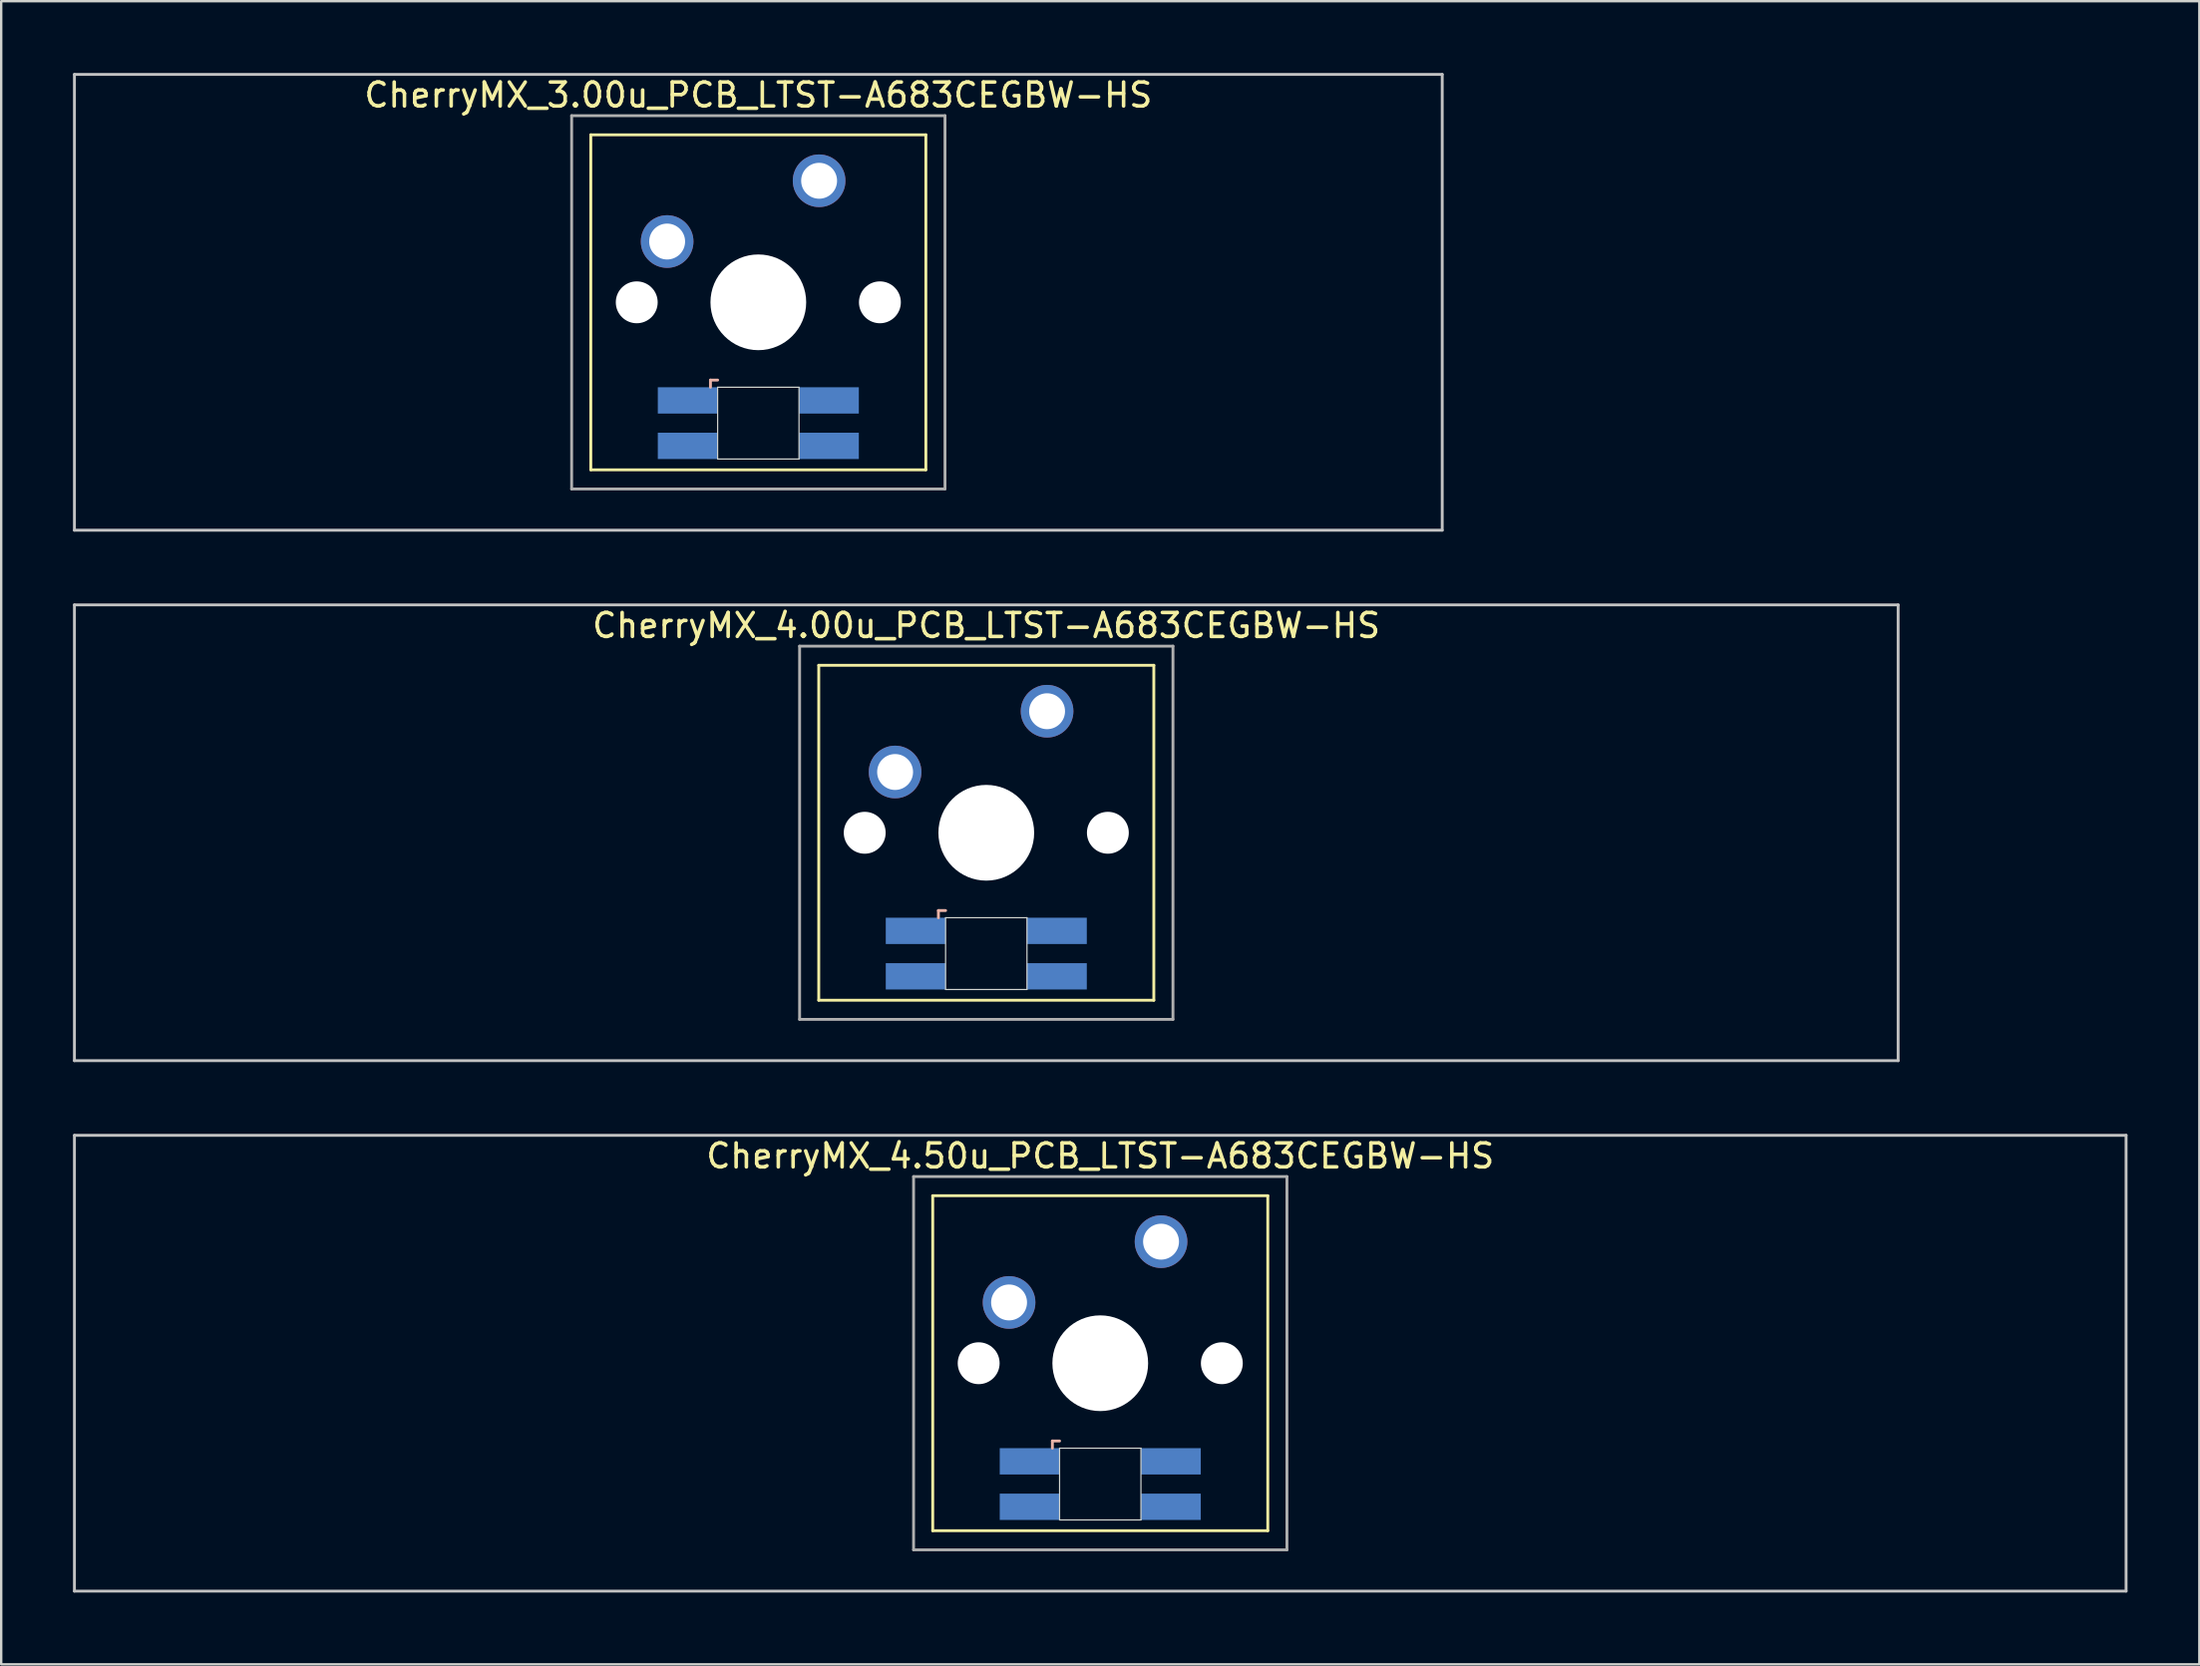
<source format=kicad_pcb>
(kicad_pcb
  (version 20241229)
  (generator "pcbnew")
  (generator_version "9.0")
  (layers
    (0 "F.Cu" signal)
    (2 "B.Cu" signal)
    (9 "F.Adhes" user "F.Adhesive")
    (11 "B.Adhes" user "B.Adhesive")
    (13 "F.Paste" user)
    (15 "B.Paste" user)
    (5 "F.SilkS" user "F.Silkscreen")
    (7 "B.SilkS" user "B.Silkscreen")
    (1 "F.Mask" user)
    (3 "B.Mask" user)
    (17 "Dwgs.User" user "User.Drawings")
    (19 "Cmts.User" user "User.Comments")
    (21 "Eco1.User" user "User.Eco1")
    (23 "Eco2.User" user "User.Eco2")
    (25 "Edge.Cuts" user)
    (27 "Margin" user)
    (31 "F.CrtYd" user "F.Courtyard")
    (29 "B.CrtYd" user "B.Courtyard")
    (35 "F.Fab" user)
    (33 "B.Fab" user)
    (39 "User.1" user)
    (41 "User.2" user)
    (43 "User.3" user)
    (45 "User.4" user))
  (footprint "CherryMX_3.00u_PCB_LTST-A683CEGBW-HS"
    (layer "F.Cu")
    (at 28.635 9.585)
    (property "Reference" "CherryMX_3.00u_PCB_LTST-A683CEGBW-HS" (at 0 -8.662 0) (layer "F.SilkS") (effects (font (size 1 1) (thickness 0.15))))
    (attr through_hole)
    (fp_line (start -7 -7) (end -7 7) (stroke (width 0.12) (type solid)) (layer "F.SilkS"))
    (fp_line (start -7 -7) (end 7 -7) (stroke (width 0.12) (type solid)) (layer "F.SilkS"))
    (fp_line (start 7 -7) (end 7 7) (stroke (width 0.12) (type solid)) (layer "F.SilkS"))
    (fp_line (start 7 7) (end -7 7) (stroke (width 0.12) (type solid)) (layer "F.SilkS"))
    (fp_line (start -2 3.25) (end -2 3.55) (stroke (width 0.12) (type solid)) (layer "B.SilkS"))
    (fp_line (start -1.7 3.25) (end -2 3.25) (stroke (width 0.12) (type solid)) (layer "B.SilkS"))
    (fp_line (start -28.575 -9.525) (end 28.575 -9.525) (stroke (width 0.12) (type solid)) (layer "Dwgs.User"))
    (fp_line (start -28.575 9.525) (end -28.575 -9.525) (stroke (width 0.12) (type solid)) (layer "Dwgs.User"))
    (fp_line (start 28.575 -9.525) (end 28.575 9.525) (stroke (width 0.12) (type solid)) (layer "Dwgs.User"))
    (fp_line (start 28.575 9.525) (end -28.575 9.525) (stroke (width 0.12) (type solid)) (layer "Dwgs.User"))
    (fp_line (start -1.7 3.55) (end 1.7 3.55) (stroke (width 0.05) (type solid)) (layer "Edge.Cuts"))
    (fp_line (start -1.7 6.55) (end -1.7 3.55) (stroke (width 0.05) (type solid)) (layer "Edge.Cuts"))
    (fp_line (start 1.7 3.55) (end 1.7 6.55) (stroke (width 0.05) (type solid)) (layer "Edge.Cuts"))
    (fp_line (start 1.7 6.55) (end -1.7 6.55) (stroke (width 0.05) (type solid)) (layer "Edge.Cuts"))
    (fp_line (start -7.8 -7.8) (end -7.8 7.8) (stroke (width 0.12) (type solid)) (layer "F.Fab"))
    (fp_line (start -7.8 -7.8) (end 7.8 -7.8) (stroke (width 0.12) (type solid)) (layer "F.Fab"))
    (fp_line (start -7.8 7.8) (end 7.8 7.8) (stroke (width 0.12) (type solid)) (layer "F.Fab"))
    (fp_line (start 7.8 -7.8) (end 7.8 7.8) (stroke (width 0.12) (type solid)) (layer "F.Fab"))
    (pad "" np_thru_hole circle (at -5.08 0) (size 1.75 1.75) (drill 1.75) (layers "*.Cu" "*.Mask"))
    (pad "" np_thru_hole circle (at 0 0) (size 4 4) (drill 4) (layers "*.Cu" "*.Mask"))
    (pad "" np_thru_hole circle (at 5.08 0) (size 1.75 1.75) (drill 1.75) (layers "*.Cu" "*.Mask"))
    (pad "1" thru_hole circle (at -3.81 -2.54) (size 2.2 2.2) (drill 1.5) (layers "*.Cu" "*.Mask"))
    (pad "2" thru_hole circle (at 2.54 -5.08) (size 2.2 2.2) (drill 1.5) (layers "*.Cu" "*.Mask"))
    (pad "3" smd rect (at -2.95 4.1) (size 2.5 1.1) (layers "B.Cu" "B.Mask" "B.Paste"))
    (pad "4" smd rect (at -2.95 6) (size 2.5 1.1) (layers "B.Cu" "B.Mask" "B.Paste"))
    (pad "5" smd rect (at 2.95 4.1) (size 2.5 1.1) (layers "B.Cu" "B.Mask" "B.Paste"))
    (pad "6" smd rect (at 2.95 6) (size 2.5 1.1) (layers "B.Cu" "B.Mask" "B.Paste")))
  (footprint "CherryMX_4.50u_PCB_LTST-A683CEGBW-HS"
    (layer "F.Cu")
    (at 42.922 53.925)
    (property "Reference" "CherryMX_4.50u_PCB_LTST-A683CEGBW-HS" (at 0 -8.662 0) (layer "F.SilkS") (effects (font (size 1 1) (thickness 0.15))))
    (attr through_hole)
    (fp_line (start -7 -7) (end -7 7) (stroke (width 0.12) (type solid)) (layer "F.SilkS"))
    (fp_line (start -7 -7) (end 7 -7) (stroke (width 0.12) (type solid)) (layer "F.SilkS"))
    (fp_line (start 7 -7) (end 7 7) (stroke (width 0.12) (type solid)) (layer "F.SilkS"))
    (fp_line (start 7 7) (end -7 7) (stroke (width 0.12) (type solid)) (layer "F.SilkS"))
    (fp_line (start -2 3.25) (end -2 3.55) (stroke (width 0.12) (type solid)) (layer "B.SilkS"))
    (fp_line (start -1.7 3.25) (end -2 3.25) (stroke (width 0.12) (type solid)) (layer "B.SilkS"))
    (fp_line (start -42.862 -9.525) (end 42.862 -9.525) (stroke (width 0.12) (type solid)) (layer "Dwgs.User"))
    (fp_line (start -42.862 9.525) (end -42.862 -9.525) (stroke (width 0.12) (type solid)) (layer "Dwgs.User"))
    (fp_line (start 42.862 -9.525) (end 42.862 9.525) (stroke (width 0.12) (type solid)) (layer "Dwgs.User"))
    (fp_line (start 42.862 9.525) (end -42.862 9.525) (stroke (width 0.12) (type solid)) (layer "Dwgs.User"))
    (fp_line (start -1.7 3.55) (end 1.7 3.55) (stroke (width 0.05) (type solid)) (layer "Edge.Cuts"))
    (fp_line (start -1.7 6.55) (end -1.7 3.55) (stroke (width 0.05) (type solid)) (layer "Edge.Cuts"))
    (fp_line (start 1.7 3.55) (end 1.7 6.55) (stroke (width 0.05) (type solid)) (layer "Edge.Cuts"))
    (fp_line (start 1.7 6.55) (end -1.7 6.55) (stroke (width 0.05) (type solid)) (layer "Edge.Cuts"))
    (fp_line (start -7.8 -7.8) (end -7.8 7.8) (stroke (width 0.12) (type solid)) (layer "F.Fab"))
    (fp_line (start -7.8 -7.8) (end 7.8 -7.8) (stroke (width 0.12) (type solid)) (layer "F.Fab"))
    (fp_line (start -7.8 7.8) (end 7.8 7.8) (stroke (width 0.12) (type solid)) (layer "F.Fab"))
    (fp_line (start 7.8 -7.8) (end 7.8 7.8) (stroke (width 0.12) (type solid)) (layer "F.Fab"))
    (pad "" np_thru_hole circle (at -5.08 0) (size 1.75 1.75) (drill 1.75) (layers "*.Cu" "*.Mask"))
    (pad "" np_thru_hole circle (at 0 0) (size 4 4) (drill 4) (layers "*.Cu" "*.Mask"))
    (pad "" np_thru_hole circle (at 5.08 0) (size 1.75 1.75) (drill 1.75) (layers "*.Cu" "*.Mask"))
    (pad "1" thru_hole circle (at -3.81 -2.54) (size 2.2 2.2) (drill 1.5) (layers "*.Cu" "*.Mask"))
    (pad "2" thru_hole circle (at 2.54 -5.08) (size 2.2 2.2) (drill 1.5) (layers "*.Cu" "*.Mask"))
    (pad "3" smd rect (at -2.95 4.1) (size 2.5 1.1) (layers "B.Cu" "B.Mask" "B.Paste"))
    (pad "4" smd rect (at -2.95 6) (size 2.5 1.1) (layers "B.Cu" "B.Mask" "B.Paste"))
    (pad "5" smd rect (at 2.95 4.1) (size 2.5 1.1) (layers "B.Cu" "B.Mask" "B.Paste"))
    (pad "6" smd rect (at 2.95 6) (size 2.5 1.1) (layers "B.Cu" "B.Mask" "B.Paste")))
  (footprint "CherryMX_4.00u_PCB_LTST-A683CEGBW-HS"
    (layer "F.Cu")
    (at 38.16 31.755)
    (property "Reference" "CherryMX_4.00u_PCB_LTST-A683CEGBW-HS" (at 0 -8.662 0) (layer "F.SilkS") (effects (font (size 1 1) (thickness 0.15))))
    (attr through_hole)
    (fp_line (start -7 -7) (end -7 7) (stroke (width 0.12) (type solid)) (layer "F.SilkS"))
    (fp_line (start -7 -7) (end 7 -7) (stroke (width 0.12) (type solid)) (layer "F.SilkS"))
    (fp_line (start 7 -7) (end 7 7) (stroke (width 0.12) (type solid)) (layer "F.SilkS"))
    (fp_line (start 7 7) (end -7 7) (stroke (width 0.12) (type solid)) (layer "F.SilkS"))
    (fp_line (start -2 3.25) (end -2 3.55) (stroke (width 0.12) (type solid)) (layer "B.SilkS"))
    (fp_line (start -1.7 3.25) (end -2 3.25) (stroke (width 0.12) (type solid)) (layer "B.SilkS"))
    (fp_line (start -38.1 -9.525) (end 38.1 -9.525) (stroke (width 0.12) (type solid)) (layer "Dwgs.User"))
    (fp_line (start -38.1 9.525) (end -38.1 -9.525) (stroke (width 0.12) (type solid)) (layer "Dwgs.User"))
    (fp_line (start 38.1 -9.525) (end 38.1 9.525) (stroke (width 0.12) (type solid)) (layer "Dwgs.User"))
    (fp_line (start 38.1 9.525) (end -38.1 9.525) (stroke (width 0.12) (type solid)) (layer "Dwgs.User"))
    (fp_line (start -1.7 3.55) (end 1.7 3.55) (stroke (width 0.05) (type solid)) (layer "Edge.Cuts"))
    (fp_line (start -1.7 6.55) (end -1.7 3.55) (stroke (width 0.05) (type solid)) (layer "Edge.Cuts"))
    (fp_line (start 1.7 3.55) (end 1.7 6.55) (stroke (width 0.05) (type solid)) (layer "Edge.Cuts"))
    (fp_line (start 1.7 6.55) (end -1.7 6.55) (stroke (width 0.05) (type solid)) (layer "Edge.Cuts"))
    (fp_line (start -7.8 -7.8) (end -7.8 7.8) (stroke (width 0.12) (type solid)) (layer "F.Fab"))
    (fp_line (start -7.8 -7.8) (end 7.8 -7.8) (stroke (width 0.12) (type solid)) (layer "F.Fab"))
    (fp_line (start -7.8 7.8) (end 7.8 7.8) (stroke (width 0.12) (type solid)) (layer "F.Fab"))
    (fp_line (start 7.8 -7.8) (end 7.8 7.8) (stroke (width 0.12) (type solid)) (layer "F.Fab"))
    (pad "" np_thru_hole circle (at -5.08 0) (size 1.75 1.75) (drill 1.75) (layers "*.Cu" "*.Mask"))
    (pad "" np_thru_hole circle (at 0 0) (size 4 4) (drill 4) (layers "*.Cu" "*.Mask"))
    (pad "" np_thru_hole circle (at 5.08 0) (size 1.75 1.75) (drill 1.75) (layers "*.Cu" "*.Mask"))
    (pad "1" thru_hole circle (at -3.81 -2.54) (size 2.2 2.2) (drill 1.5) (layers "*.Cu" "*.Mask"))
    (pad "2" thru_hole circle (at 2.54 -5.08) (size 2.2 2.2) (drill 1.5) (layers "*.Cu" "*.Mask"))
    (pad "3" smd rect (at -2.95 4.1) (size 2.5 1.1) (layers "B.Cu" "B.Mask" "B.Paste"))
    (pad "4" smd rect (at -2.95 6) (size 2.5 1.1) (layers "B.Cu" "B.Mask" "B.Paste"))
    (pad "5" smd rect (at 2.95 4.1) (size 2.5 1.1) (layers "B.Cu" "B.Mask" "B.Paste"))
    (pad "6" smd rect (at 2.95 6) (size 2.5 1.1) (layers "B.Cu" "B.Mask" "B.Paste")))
  (gr_rect
    (start -3 -3)
    (end 88.845 66.51)
    (stroke (width 0.1) (type default))
    (fill no)
    (layer "Edge.Cuts")))
</source>
